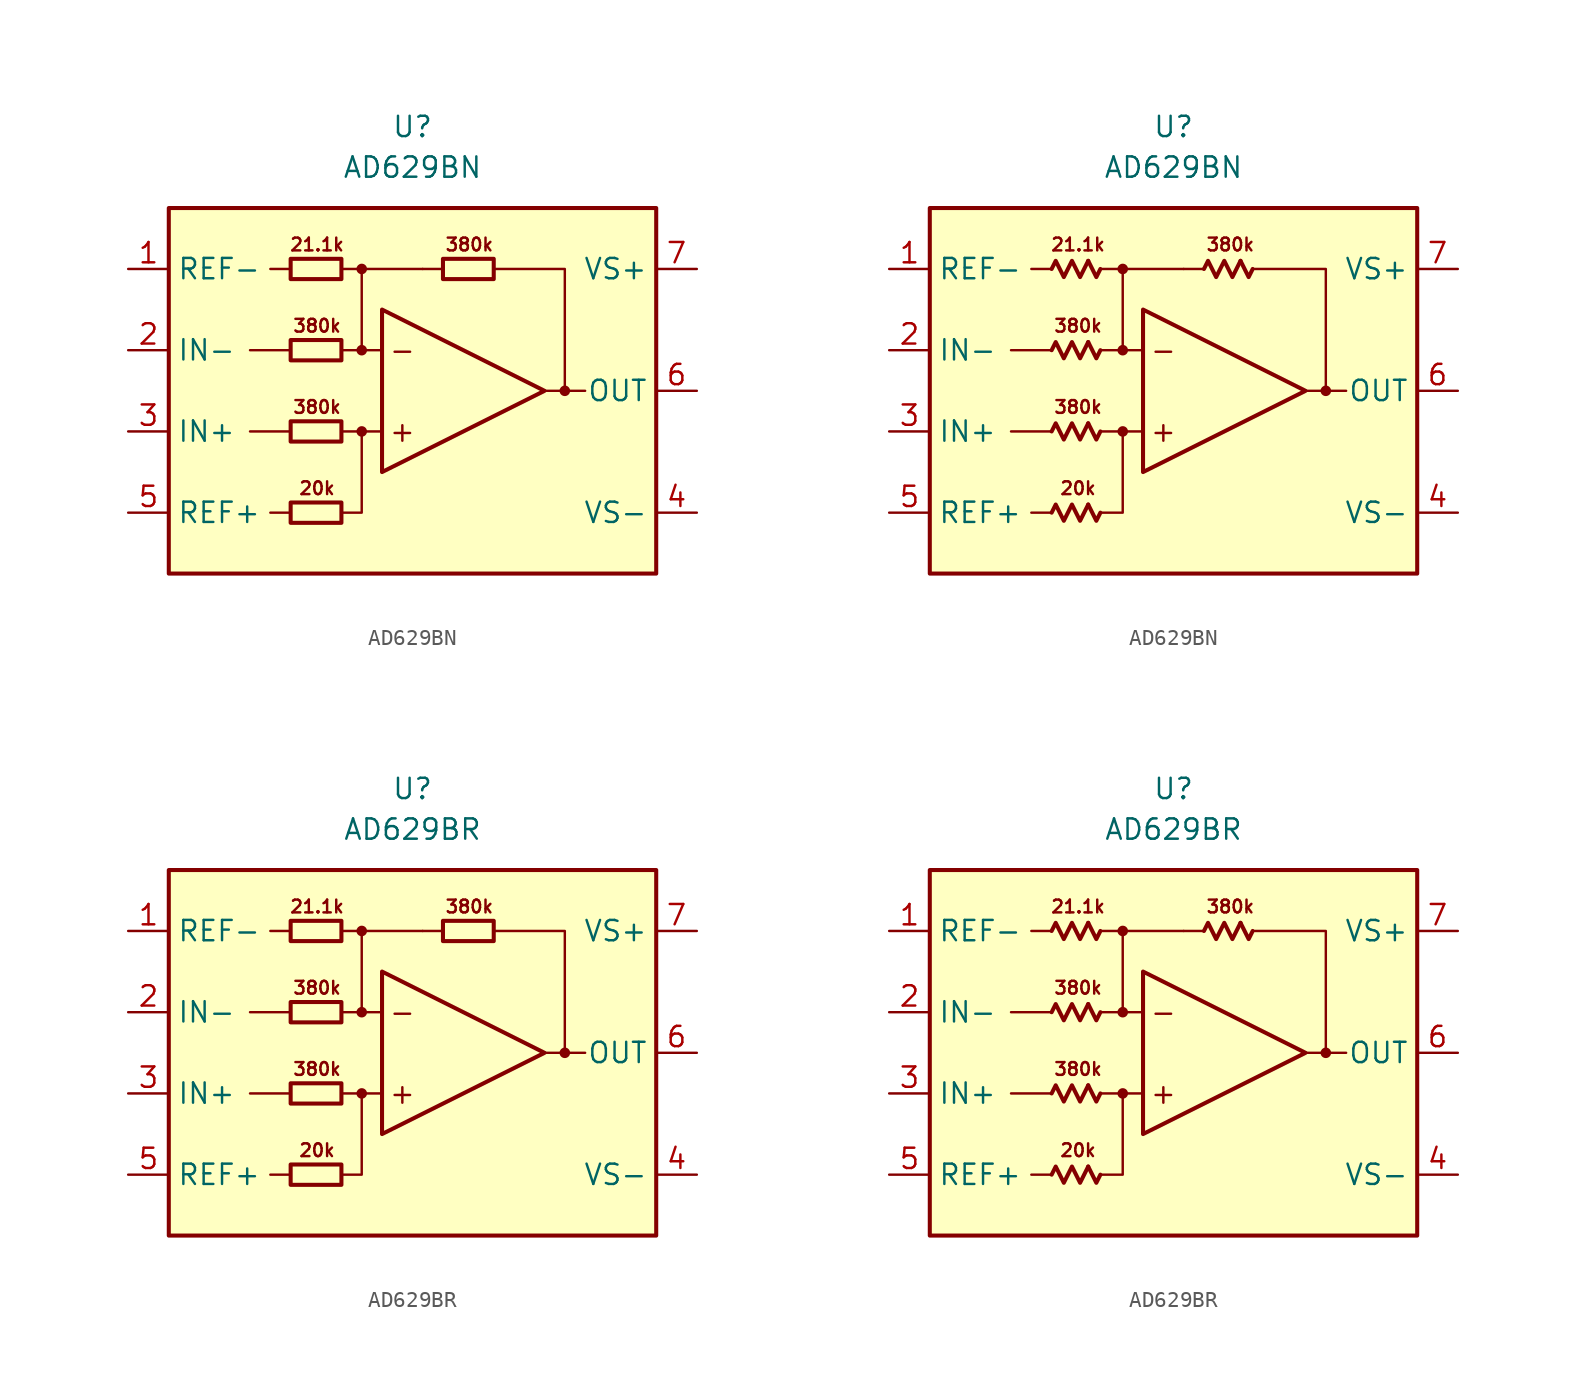
<source format=kicad_sym>
(kicad_symbol_lib
  (version 20231120)
  (generator "kicad_symbol_editor")
  (generator_version "8.0")
  (symbol "AD629BN"
    (property "Reference" "U"
      (at 0 16.51 0)
      (effects (font (size 1.27 1.27))))
    (property "Value" "AD629BN"
      (at 0 13.97 0)
      (effects (font (size 1.27 1.27))))
    (symbol "AD629BN_0_0"
      (rectangle (start -15.24 11.43) (end 15.24 -11.43) (stroke (width 0.254) (type default)) (fill (type background)))
      (circle (center -3.175 -2.54) (radius 0.254) (stroke (width 0.152) (type default)) (fill (type outline)))
      (circle (center -3.175 2.54) (radius 0.254) (stroke (width 0.152) (type default)) (fill (type outline)))
      (circle (center -3.175 7.62) (radius 0.254) (stroke (width 0.152) (type default)) (fill (type outline)))
      (polyline (pts (xy -7.62 -7.62) (xy -8.89 -7.62)) (stroke (width 0.152) (type default)) (fill (type none)))
      (polyline (pts (xy -7.62 -2.54) (xy -10.16 -2.54)) (stroke (width 0.152) (type default)) (fill (type none)))
      (polyline (pts (xy -7.62 2.54) (xy -10.16 2.54)) (stroke (width 0.152) (type default)) (fill (type none)))
      (polyline (pts (xy -7.62 7.62) (xy -8.89 7.62)) (stroke (width 0.152) (type default)) (fill (type none)))
      (polyline (pts (xy -4.445 7.62) (xy 0.635 7.62)) (stroke (width 0.152) (type default)) (fill (type none)))
      (polyline (pts (xy -3.175 2.54) (xy -3.175 7.62)) (stroke (width 0.152) (type default)) (fill (type none)))
      (polyline (pts (xy -1.905 -2.54) (xy -4.445 -2.54)) (stroke (width 0.152) (type default)) (fill (type none)))
      (polyline (pts (xy -1.905 2.54) (xy -4.445 2.54)) (stroke (width 0.152) (type default)) (fill (type none)))
      (polyline (pts (xy 1.905 7.62) (xy 0.635 7.62)) (stroke (width 0.152) (type default)) (fill (type none)))
      (polyline (pts (xy 9.525 0) (xy 10.795 0)) (stroke (width 0.152) (type default)) (fill (type none)))
      (polyline (pts (xy -4.445 -7.62) (xy -3.175 -7.62) (xy -3.175 -2.54)) (stroke (width 0.152) (type default)) (fill (type none)))
      (polyline (pts (xy -1.905 5.08) (xy -1.905 -5.08) (xy 8.255 0) (xy -1.905 5.08)) (stroke (width 0.254) (type default)) (fill (type none)))
      (polyline (pts (xy 5.08 7.62) (xy 9.525 7.62) (xy 9.525 0) (xy 8.255 0)) (stroke (width 0.152) (type default)) (fill (type none)))
      (circle (center 9.525 0) (radius 0.254) (stroke (width 0.152) (type default)) (fill (type outline)))
      (text "+" (at -0.635 -2.54 0) (effects (font (size 1.27 1.27))))
      (text "-" (at -0.635 2.54 0) (effects (font (size 1.27 1.27))))
      (text "20k" (at -5.969 -6.096 0) (effects (font (size 0.8 0.8))))
      (text "21.1k" (at -5.969 9.144 0) (effects (font (size 0.8 0.8))))
      (text "380k" (at -5.969 -1.016 0) (effects (font (size 0.8 0.8))))
      (text "380k" (at -5.969 4.064 0) (effects (font (size 0.8 0.8))))
      (text "380k" (at 3.556 9.144 0) (effects (font (size 0.8 0.8)))))
    (symbol "AD629BN_0_1"
      (rectangle (start -7.62 -6.985) (end -4.445 -8.255) (stroke (width 0.254) (type default)) (fill (type none)))
      (rectangle (start -7.62 -1.905) (end -4.445 -3.175) (stroke (width 0.254) (type default)) (fill (type none)))
      (rectangle (start -7.62 3.175) (end -4.445 1.905) (stroke (width 0.254) (type default)) (fill (type none)))
      (rectangle (start -7.62 8.255) (end -4.445 6.985) (stroke (width 0.254) (type default)) (fill (type none)))
      (rectangle (start 1.905 8.255) (end 5.08 6.985) (stroke (width 0.254) (type default)) (fill (type none))))
    (symbol "AD629BN_0_2"
      (polyline (pts (xy -5.334 -7.112) (xy -4.826 -8.128) (xy -4.572 -7.62)) (stroke (width 0.254) (type default)) (fill (type none)))
      (polyline (pts (xy -5.334 -2.032) (xy -4.826 -3.048) (xy -4.572 -2.54)) (stroke (width 0.254) (type default)) (fill (type none)))
      (polyline (pts (xy -5.334 3.048) (xy -4.826 2.032) (xy -4.572 2.54)) (stroke (width 0.254) (type default)) (fill (type none)))
      (polyline (pts (xy -5.334 8.128) (xy -4.826 7.112) (xy -4.572 7.62)) (stroke (width 0.254) (type default)) (fill (type none)))
      (polyline (pts (xy 4.191 8.128) (xy 4.699 7.112) (xy 4.953 7.62)) (stroke (width 0.254) (type default)) (fill (type none)))
      (polyline (pts (xy -7.62 -7.62) (xy -7.366 -7.112) (xy -6.858 -8.128) (xy -6.35 -7.112) (xy -5.842 -8.128) (xy -5.334 -7.112)) (stroke (width 0.254) (type default)) (fill (type none)))
      (polyline (pts (xy -7.62 -2.54) (xy -7.366 -2.032) (xy -6.858 -3.048) (xy -6.35 -2.032) (xy -5.842 -3.048) (xy -5.334 -2.032)) (stroke (width 0.254) (type default)) (fill (type none)))
      (polyline (pts (xy -7.62 2.54) (xy -7.366 3.048) (xy -6.858 2.032) (xy -6.35 3.048) (xy -5.842 2.032) (xy -5.334 3.048)) (stroke (width 0.254) (type default)) (fill (type none)))
      (polyline (pts (xy -7.62 7.62) (xy -7.366 8.128) (xy -6.858 7.112) (xy -6.35 8.128) (xy -5.842 7.112) (xy -5.334 8.128)) (stroke (width 0.254) (type default)) (fill (type none)))
      (polyline (pts (xy 1.905 7.62) (xy 2.159 8.128) (xy 2.667 7.112) (xy 3.175 8.128) (xy 3.683 7.112) (xy 4.191 8.128)) (stroke (width 0.254) (type default)) (fill (type none))))
    (symbol "AD629BN_1_1"
      (pin input line (at -17.78 7.62 0) (length 2.54) (name "REF-" (effects (font (size 1.27 1.27)))) (number "1" (effects (font (size 1.27 1.27)))))
      (pin input line (at -17.78 2.54 0) (length 2.54) (name "IN-" (effects (font (size 1.27 1.27)))) (number "2" (effects (font (size 1.27 1.27)))))
      (pin input line (at -17.78 -2.54 0) (length 2.54) (name "IN+" (effects (font (size 1.27 1.27)))) (number "3" (effects (font (size 1.27 1.27)))))
      (pin power_in line (at 17.78 -7.62 180) (length 2.54) (name "VS-" (effects (font (size 1.27 1.27)))) (number "4" (effects (font (size 1.27 1.27)))))
      (pin input line (at -17.78 -7.62 0) (length 2.54) (name "REF+" (effects (font (size 1.27 1.27)))) (number "5" (effects (font (size 1.27 1.27)))))
      (pin output line (at 17.78 0 180) (length 2.54) (name "OUT" (effects (font (size 1.27 1.27)))) (number "6" (effects (font (size 1.27 1.27)))))
      (pin power_in line (at 17.78 7.62 180) (length 2.54) (name "VS+" (effects (font (size 1.27 1.27)))) (number "7" (effects (font (size 1.27 1.27)))))
      (pin free line (at 6.35 -7.62 180) (length 2.54) hide (name "NC" (effects (font (size 1.27 1.27)))) (number "8" (effects (font (size 1.27 1.27))))))
    (symbol "AD629BN_1_2"
      (pin input line (at -17.78 7.62 0) (length 2.54) (name "REF-" (effects (font (size 1.27 1.27)))) (number "1" (effects (font (size 1.27 1.27)))))
      (pin input line (at -17.78 2.54 0) (length 2.54) (name "IN-" (effects (font (size 1.27 1.27)))) (number "2" (effects (font (size 1.27 1.27)))))
      (pin input line (at -17.78 -2.54 0) (length 2.54) (name "IN+" (effects (font (size 1.27 1.27)))) (number "3" (effects (font (size 1.27 1.27)))))
      (pin power_in line (at 17.78 -7.62 180) (length 2.54) (name "VS-" (effects (font (size 1.27 1.27)))) (number "4" (effects (font (size 1.27 1.27)))))
      (pin input line (at -17.78 -7.62 0) (length 2.54) (name "REF+" (effects (font (size 1.27 1.27)))) (number "5" (effects (font (size 1.27 1.27)))))
      (pin output line (at 17.78 0 180) (length 2.54) (name "OUT" (effects (font (size 1.27 1.27)))) (number "6" (effects (font (size 1.27 1.27)))))
      (pin power_in line (at 17.78 7.62 180) (length 2.54) (name "VS+" (effects (font (size 1.27 1.27)))) (number "7" (effects (font (size 1.27 1.27)))))
      (pin free line (at 6.35 -7.62 180) (length 2.54) hide (name "NC" (effects (font (size 1.27 1.27)))) (number "8" (effects (font (size 1.27 1.27)))))))
  (symbol "AD629BR"
    (property "Reference" "U"
      (at 0 16.51 0)
      (effects (font (size 1.27 1.27))))
    (property "Value" "AD629BR"
      (at 0 13.97 0)
      (effects (font (size 1.27 1.27))))
    (symbol "AD629BR_0_0"
      (rectangle (start -15.24 11.43) (end 15.24 -11.43) (stroke (width 0.254) (type default)) (fill (type background)))
      (circle (center -3.175 -2.54) (radius 0.254) (stroke (width 0.152) (type default)) (fill (type outline)))
      (circle (center -3.175 2.54) (radius 0.254) (stroke (width 0.152) (type default)) (fill (type outline)))
      (circle (center -3.175 7.62) (radius 0.254) (stroke (width 0.152) (type default)) (fill (type outline)))
      (polyline (pts (xy -7.62 -7.62) (xy -8.89 -7.62)) (stroke (width 0.152) (type default)) (fill (type none)))
      (polyline (pts (xy -7.62 -2.54) (xy -10.16 -2.54)) (stroke (width 0.152) (type default)) (fill (type none)))
      (polyline (pts (xy -7.62 2.54) (xy -10.16 2.54)) (stroke (width 0.152) (type default)) (fill (type none)))
      (polyline (pts (xy -7.62 7.62) (xy -8.89 7.62)) (stroke (width 0.152) (type default)) (fill (type none)))
      (polyline (pts (xy -4.445 7.62) (xy 0.635 7.62)) (stroke (width 0.152) (type default)) (fill (type none)))
      (polyline (pts (xy -3.175 2.54) (xy -3.175 7.62)) (stroke (width 0.152) (type default)) (fill (type none)))
      (polyline (pts (xy -1.905 -2.54) (xy -4.445 -2.54)) (stroke (width 0.152) (type default)) (fill (type none)))
      (polyline (pts (xy -1.905 2.54) (xy -4.445 2.54)) (stroke (width 0.152) (type default)) (fill (type none)))
      (polyline (pts (xy 1.905 7.62) (xy 0.635 7.62)) (stroke (width 0.152) (type default)) (fill (type none)))
      (polyline (pts (xy 9.525 0) (xy 10.795 0)) (stroke (width 0.152) (type default)) (fill (type none)))
      (polyline (pts (xy -4.445 -7.62) (xy -3.175 -7.62) (xy -3.175 -2.54)) (stroke (width 0.152) (type default)) (fill (type none)))
      (polyline (pts (xy -1.905 5.08) (xy -1.905 -5.08) (xy 8.255 0) (xy -1.905 5.08)) (stroke (width 0.254) (type default)) (fill (type none)))
      (polyline (pts (xy 5.08 7.62) (xy 9.525 7.62) (xy 9.525 0) (xy 8.255 0)) (stroke (width 0.152) (type default)) (fill (type none)))
      (circle (center 9.525 0) (radius 0.254) (stroke (width 0.152) (type default)) (fill (type outline)))
      (text "+" (at -0.635 -2.54 0) (effects (font (size 1.27 1.27))))
      (text "-" (at -0.635 2.54 0) (effects (font (size 1.27 1.27))))
      (text "20k" (at -5.969 -6.096 0) (effects (font (size 0.8 0.8))))
      (text "21.1k" (at -5.969 9.144 0) (effects (font (size 0.8 0.8))))
      (text "380k" (at -5.969 -1.016 0) (effects (font (size 0.8 0.8))))
      (text "380k" (at -5.969 4.064 0) (effects (font (size 0.8 0.8))))
      (text "380k" (at 3.556 9.144 0) (effects (font (size 0.8 0.8)))))
    (symbol "AD629BR_0_1"
      (rectangle (start -7.62 -6.985) (end -4.445 -8.255) (stroke (width 0.254) (type default)) (fill (type none)))
      (rectangle (start -7.62 -1.905) (end -4.445 -3.175) (stroke (width 0.254) (type default)) (fill (type none)))
      (rectangle (start -7.62 3.175) (end -4.445 1.905) (stroke (width 0.254) (type default)) (fill (type none)))
      (rectangle (start -7.62 8.255) (end -4.445 6.985) (stroke (width 0.254) (type default)) (fill (type none)))
      (rectangle (start 1.905 8.255) (end 5.08 6.985) (stroke (width 0.254) (type default)) (fill (type none))))
    (symbol "AD629BR_0_2"
      (polyline (pts (xy -5.334 -7.112) (xy -4.826 -8.128) (xy -4.572 -7.62)) (stroke (width 0.254) (type default)) (fill (type none)))
      (polyline (pts (xy -5.334 -2.032) (xy -4.826 -3.048) (xy -4.572 -2.54)) (stroke (width 0.254) (type default)) (fill (type none)))
      (polyline (pts (xy -5.334 3.048) (xy -4.826 2.032) (xy -4.572 2.54)) (stroke (width 0.254) (type default)) (fill (type none)))
      (polyline (pts (xy -5.334 8.128) (xy -4.826 7.112) (xy -4.572 7.62)) (stroke (width 0.254) (type default)) (fill (type none)))
      (polyline (pts (xy 4.191 8.128) (xy 4.699 7.112) (xy 4.953 7.62)) (stroke (width 0.254) (type default)) (fill (type none)))
      (polyline (pts (xy -7.62 -7.62) (xy -7.366 -7.112) (xy -6.858 -8.128) (xy -6.35 -7.112) (xy -5.842 -8.128) (xy -5.334 -7.112)) (stroke (width 0.254) (type default)) (fill (type none)))
      (polyline (pts (xy -7.62 -2.54) (xy -7.366 -2.032) (xy -6.858 -3.048) (xy -6.35 -2.032) (xy -5.842 -3.048) (xy -5.334 -2.032)) (stroke (width 0.254) (type default)) (fill (type none)))
      (polyline (pts (xy -7.62 2.54) (xy -7.366 3.048) (xy -6.858 2.032) (xy -6.35 3.048) (xy -5.842 2.032) (xy -5.334 3.048)) (stroke (width 0.254) (type default)) (fill (type none)))
      (polyline (pts (xy -7.62 7.62) (xy -7.366 8.128) (xy -6.858 7.112) (xy -6.35 8.128) (xy -5.842 7.112) (xy -5.334 8.128)) (stroke (width 0.254) (type default)) (fill (type none)))
      (polyline (pts (xy 1.905 7.62) (xy 2.159 8.128) (xy 2.667 7.112) (xy 3.175 8.128) (xy 3.683 7.112) (xy 4.191 8.128)) (stroke (width 0.254) (type default)) (fill (type none))))
    (symbol "AD629BR_1_1"
      (pin input line (at -17.78 7.62 0) (length 2.54) (name "REF-" (effects (font (size 1.27 1.27)))) (number "1" (effects (font (size 1.27 1.27)))))
      (pin input line (at -17.78 2.54 0) (length 2.54) (name "IN-" (effects (font (size 1.27 1.27)))) (number "2" (effects (font (size 1.27 1.27)))))
      (pin input line (at -17.78 -2.54 0) (length 2.54) (name "IN+" (effects (font (size 1.27 1.27)))) (number "3" (effects (font (size 1.27 1.27)))))
      (pin power_in line (at 17.78 -7.62 180) (length 2.54) (name "VS-" (effects (font (size 1.27 1.27)))) (number "4" (effects (font (size 1.27 1.27)))))
      (pin input line (at -17.78 -7.62 0) (length 2.54) (name "REF+" (effects (font (size 1.27 1.27)))) (number "5" (effects (font (size 1.27 1.27)))))
      (pin output line (at 17.78 0 180) (length 2.54) (name "OUT" (effects (font (size 1.27 1.27)))) (number "6" (effects (font (size 1.27 1.27)))))
      (pin power_in line (at 17.78 7.62 180) (length 2.54) (name "VS+" (effects (font (size 1.27 1.27)))) (number "7" (effects (font (size 1.27 1.27)))))
      (pin free line (at 6.35 -7.62 180) (length 2.54) hide (name "NC" (effects (font (size 1.27 1.27)))) (number "8" (effects (font (size 1.27 1.27))))))
    (symbol "AD629BR_1_2"
      (pin input line (at -17.78 7.62 0) (length 2.54) (name "REF-" (effects (font (size 1.27 1.27)))) (number "1" (effects (font (size 1.27 1.27)))))
      (pin input line (at -17.78 2.54 0) (length 2.54) (name "IN-" (effects (font (size 1.27 1.27)))) (number "2" (effects (font (size 1.27 1.27)))))
      (pin input line (at -17.78 -2.54 0) (length 2.54) (name "IN+" (effects (font (size 1.27 1.27)))) (number "3" (effects (font (size 1.27 1.27)))))
      (pin power_in line (at 17.78 -7.62 180) (length 2.54) (name "VS-" (effects (font (size 1.27 1.27)))) (number "4" (effects (font (size 1.27 1.27)))))
      (pin input line (at -17.78 -7.62 0) (length 2.54) (name "REF+" (effects (font (size 1.27 1.27)))) (number "5" (effects (font (size 1.27 1.27)))))
      (pin output line (at 17.78 0 180) (length 2.54) (name "OUT" (effects (font (size 1.27 1.27)))) (number "6" (effects (font (size 1.27 1.27)))))
      (pin power_in line (at 17.78 7.62 180) (length 2.54) (name "VS+" (effects (font (size 1.27 1.27)))) (number "7" (effects (font (size 1.27 1.27)))))
      (pin free line (at 6.35 -7.62 180) (length 2.54) hide (name "NC" (effects (font (size 1.27 1.27)))) (number "8" (effects (font (size 1.27 1.27))))))))
</source>
